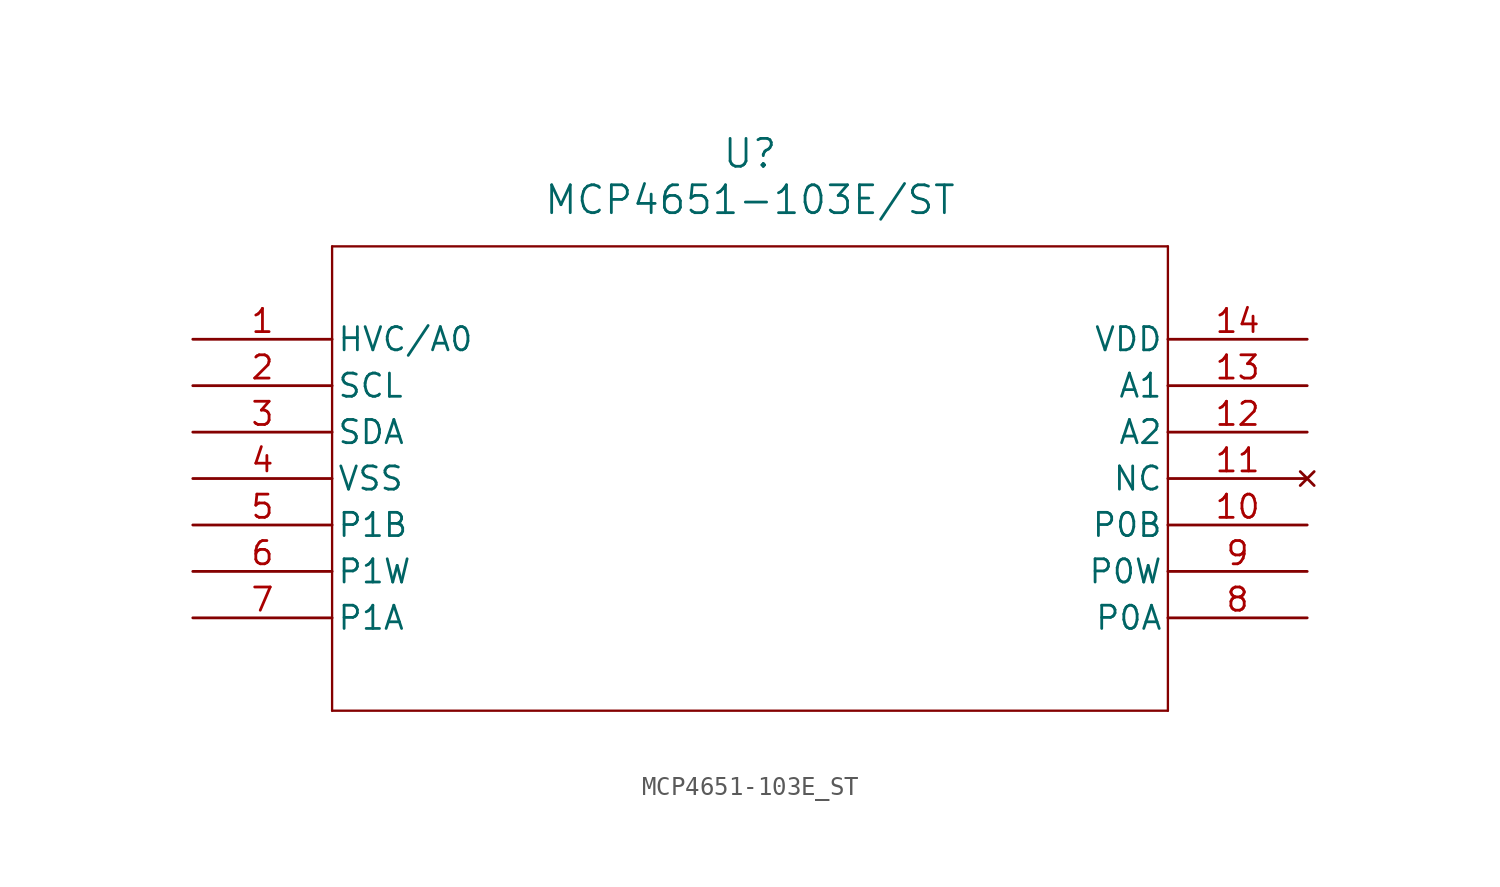
<source format=kicad_sym>
(kicad_symbol_lib
  (version 20231120)
  (generator "kicad_symbol_editor")
  (generator_version "8.0")
  (symbol "MCP4651-103E_ST"
    (pin_names
      (offset 0.254))
    (property "Reference" "U"
      (at 30.48 10.16 0)
      (effects (font (size 1.524 1.524))))
    (property "Value" "MCP4651-103E/ST"
      (at 30.48 7.62 0)
      (effects (font (size 1.524 1.524))))
    (property "ki_locked" ""
      (at 0 0 0)
      (effects (font (size 1.27 1.27))))
    (symbol "MCP4651-103E_ST_0_1"
      (polyline (pts (xy 7.62 -20.32) (xy 53.34 -20.32)) (stroke (width 0.127) (type default)) (fill (type none)))
      (polyline (pts (xy 7.62 5.08) (xy 7.62 -20.32)) (stroke (width 0.127) (type default)) (fill (type none)))
      (polyline (pts (xy 53.34 -20.32) (xy 53.34 5.08)) (stroke (width 0.127) (type default)) (fill (type none)))
      (polyline (pts (xy 53.34 5.08) (xy 7.62 5.08)) (stroke (width 0.127) (type default)) (fill (type none)))
      (pin input line (at 0 0 0) (length 7.62) (name "HVC/A0" (effects (font (size 1.27 1.27)))) (number "1" (effects (font (size 1.27 1.27)))))
      (pin unspecified line (at 60.96 -10.16 180) (length 7.62) (name "P0B" (effects (font (size 1.27 1.27)))) (number "10" (effects (font (size 1.27 1.27)))))
      (pin no_connect line (at 60.96 -7.62 180) (length 7.62) (name "NC" (effects (font (size 1.27 1.27)))) (number "11" (effects (font (size 1.27 1.27)))))
      (pin input line (at 60.96 -5.08 180) (length 7.62) (name "A2" (effects (font (size 1.27 1.27)))) (number "12" (effects (font (size 1.27 1.27)))))
      (pin input line (at 60.96 -2.54 180) (length 7.62) (name "A1" (effects (font (size 1.27 1.27)))) (number "13" (effects (font (size 1.27 1.27)))))
      (pin power_in line (at 60.96 0 180) (length 7.62) (name "VDD" (effects (font (size 1.27 1.27)))) (number "14" (effects (font (size 1.27 1.27)))))
      (pin input line (at 0 -2.54 0) (length 7.62) (name "SCL" (effects (font (size 1.27 1.27)))) (number "2" (effects (font (size 1.27 1.27)))))
      (pin bidirectional line (at 0 -5.08 0) (length 7.62) (name "SDA" (effects (font (size 1.27 1.27)))) (number "3" (effects (font (size 1.27 1.27)))))
      (pin power_in line (at 0 -7.62 0) (length 7.62) (name "VSS" (effects (font (size 1.27 1.27)))) (number "4" (effects (font (size 1.27 1.27)))))
      (pin unspecified line (at 0 -10.16 0) (length 7.62) (name "P1B" (effects (font (size 1.27 1.27)))) (number "5" (effects (font (size 1.27 1.27)))))
      (pin unspecified line (at 0 -12.7 0) (length 7.62) (name "P1W" (effects (font (size 1.27 1.27)))) (number "6" (effects (font (size 1.27 1.27)))))
      (pin unspecified line (at 0 -15.24 0) (length 7.62) (name "P1A" (effects (font (size 1.27 1.27)))) (number "7" (effects (font (size 1.27 1.27)))))
      (pin unspecified line (at 60.96 -15.24 180) (length 7.62) (name "P0A" (effects (font (size 1.27 1.27)))) (number "8" (effects (font (size 1.27 1.27)))))
      (pin unspecified line (at 60.96 -12.7 180) (length 7.62) (name "P0W" (effects (font (size 1.27 1.27)))) (number "9" (effects (font (size 1.27 1.27))))))))
</source>
